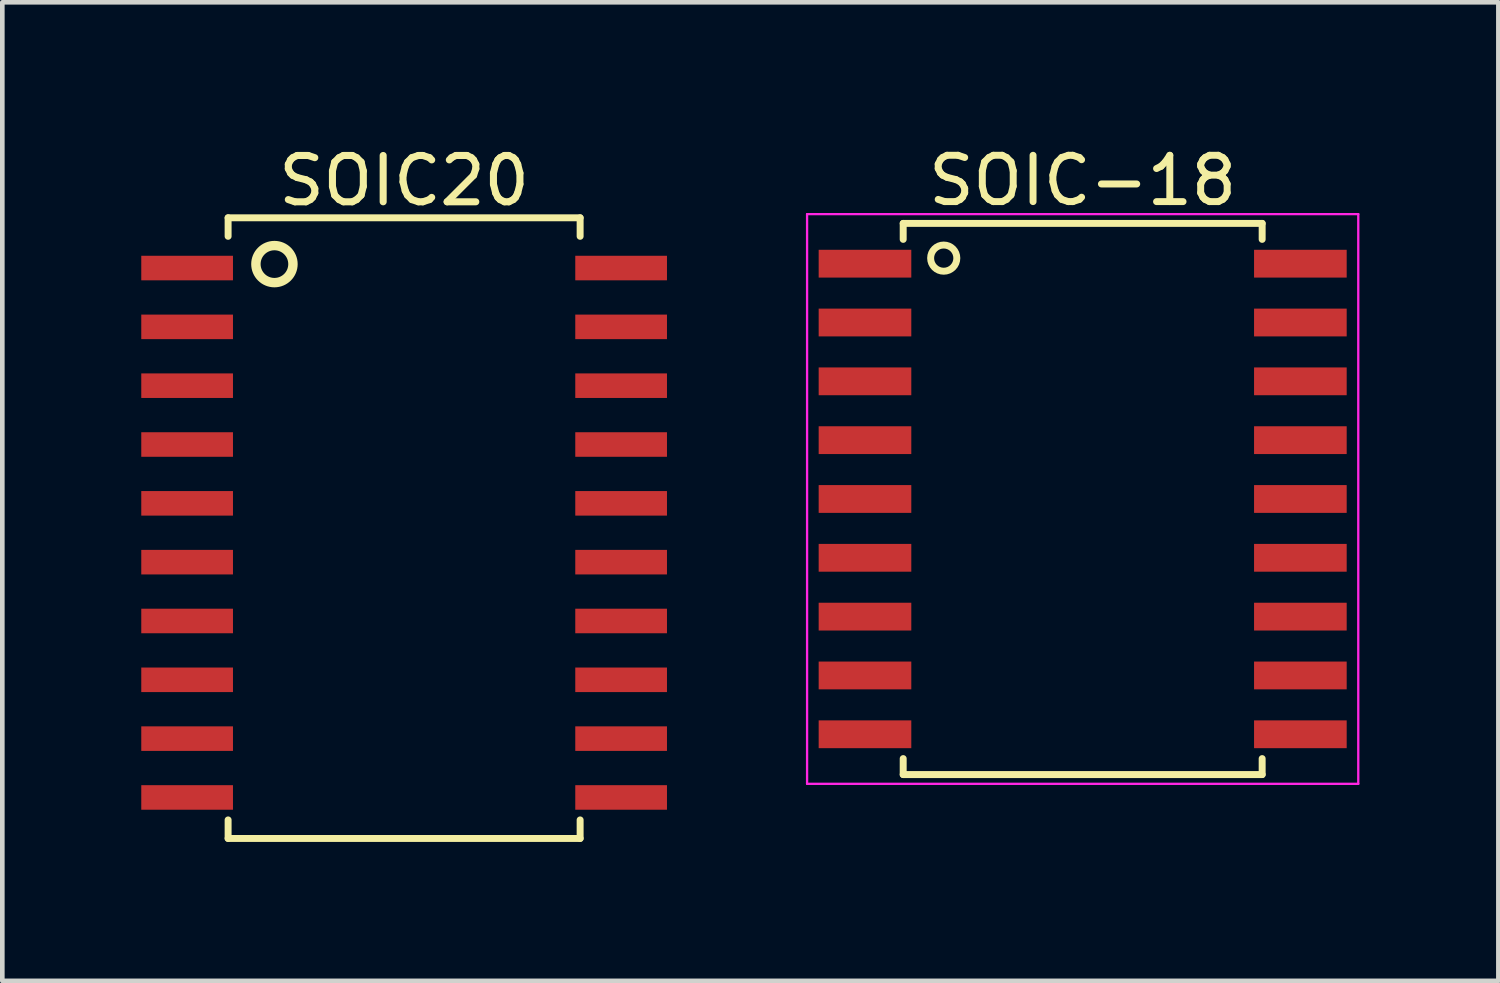
<source format=kicad_pcb>
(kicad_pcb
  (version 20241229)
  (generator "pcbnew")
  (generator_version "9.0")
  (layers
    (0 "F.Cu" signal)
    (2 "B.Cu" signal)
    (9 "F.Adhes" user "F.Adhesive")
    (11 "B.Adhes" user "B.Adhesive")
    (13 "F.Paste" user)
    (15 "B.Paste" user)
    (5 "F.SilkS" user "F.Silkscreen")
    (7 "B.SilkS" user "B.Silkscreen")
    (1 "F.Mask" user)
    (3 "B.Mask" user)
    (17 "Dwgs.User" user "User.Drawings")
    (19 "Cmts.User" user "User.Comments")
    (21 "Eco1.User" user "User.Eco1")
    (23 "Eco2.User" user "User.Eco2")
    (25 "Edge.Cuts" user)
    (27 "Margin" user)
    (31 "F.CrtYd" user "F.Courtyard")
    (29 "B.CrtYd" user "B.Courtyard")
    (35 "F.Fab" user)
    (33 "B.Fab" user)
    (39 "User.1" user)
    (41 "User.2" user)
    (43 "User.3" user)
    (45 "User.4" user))
  (footprint "SOIC-18"
    (layer "F.Cu")
    (at 20.325 7.723)
    (property "Reference" "SOIC-18" (at 0 -6.875 0) (layer "F.SilkS") (effects (font (size 1 1) (thickness 0.15))))
    (attr smd)
    (fp_line (start -3.875 -5.95) (end -3.875 -5.605) (stroke (width 0.15) (type solid)) (layer "F.SilkS"))
    (fp_line (start -3.875 -5.95) (end 3.875 -5.95) (stroke (width 0.15) (type solid)) (layer "F.SilkS"))
    (fp_line (start -3.875 5.95) (end -3.875 5.605) (stroke (width 0.15) (type solid)) (layer "F.SilkS"))
    (fp_line (start -3.875 5.95) (end 3.875 5.95) (stroke (width 0.15) (type solid)) (layer "F.SilkS"))
    (fp_line (start 3.875 -5.95) (end 3.875 -5.605) (stroke (width 0.15) (type solid)) (layer "F.SilkS"))
    (fp_line (start 3.875 5.95) (end 3.875 5.605) (stroke (width 0.15) (type solid)) (layer "F.SilkS"))
    (fp_circle (center -3 -5.2) (end -2.8 -5) (stroke (width 0.15) (type solid)) (fill no) (layer "F.SilkS"))
    (fp_line (start -5.95 -6.15) (end -5.95 6.15) (stroke (width 0.05) (type solid)) (layer "F.CrtYd"))
    (fp_line (start -5.95 -6.15) (end 5.95 -6.15) (stroke (width 0.05) (type solid)) (layer "F.CrtYd"))
    (fp_line (start -5.95 6.15) (end 5.95 6.15) (stroke (width 0.05) (type solid)) (layer "F.CrtYd"))
    (fp_line (start 5.95 -6.15) (end 5.95 6.15) (stroke (width 0.05) (type solid)) (layer "F.CrtYd"))
    (pad "1" smd rect (at -4.7 -5.08) (size 2 0.6) (layers "F.Cu" "F.Mask" "F.Paste"))
    (pad "2" smd rect (at -4.7 -3.81) (size 2 0.6) (layers "F.Cu" "F.Mask" "F.Paste"))
    (pad "3" smd rect (at -4.7 -2.54) (size 2 0.6) (layers "F.Cu" "F.Mask" "F.Paste"))
    (pad "4" smd rect (at -4.7 -1.27) (size 2 0.6) (layers "F.Cu" "F.Mask" "F.Paste"))
    (pad "5" smd rect (at -4.7 0) (size 2 0.6) (layers "F.Cu" "F.Mask" "F.Paste"))
    (pad "6" smd rect (at -4.7 1.27) (size 2 0.6) (layers "F.Cu" "F.Mask" "F.Paste"))
    (pad "7" smd rect (at -4.7 2.54) (size 2 0.6) (layers "F.Cu" "F.Mask" "F.Paste"))
    (pad "8" smd rect (at -4.7 3.81) (size 2 0.6) (layers "F.Cu" "F.Mask" "F.Paste"))
    (pad "9" smd rect (at -4.7 5.08) (size 2 0.6) (layers "F.Cu" "F.Mask" "F.Paste"))
    (pad "10" smd rect (at 4.7 5.08) (size 2 0.6) (layers "F.Cu" "F.Mask" "F.Paste"))
    (pad "11" smd rect (at 4.7 3.81) (size 2 0.6) (layers "F.Cu" "F.Mask" "F.Paste"))
    (pad "12" smd rect (at 4.7 2.54) (size 2 0.6) (layers "F.Cu" "F.Mask" "F.Paste"))
    (pad "13" smd rect (at 4.7 1.27) (size 2 0.6) (layers "F.Cu" "F.Mask" "F.Paste"))
    (pad "14" smd rect (at 4.7 0) (size 2 0.6) (layers "F.Cu" "F.Mask" "F.Paste"))
    (pad "15" smd rect (at 4.7 -1.27) (size 2 0.6) (layers "F.Cu" "F.Mask" "F.Paste"))
    (pad "16" smd rect (at 4.7 -2.54) (size 2 0.6) (layers "F.Cu" "F.Mask" "F.Paste"))
    (pad "17" smd rect (at 4.7 -3.81) (size 2 0.6) (layers "F.Cu" "F.Mask" "F.Paste"))
    (pad "18" smd rect (at 4.7 -5.08) (size 2 0.6) (layers "F.Cu" "F.Mask" "F.Paste")))
  (footprint "SOIC20"
    (layer "F.Cu")
    (at 5.675 8.452)
    (property "Reference" "SOIC20" (at 0 -7.6 0) (layer "F.SilkS") (effects (font (size 1 1) (thickness 0.152))))
    (attr smd)
    (fp_line (start -3.8 -6.8) (end -3.8 -6.4) (stroke (width 0.15) (type solid)) (layer "F.SilkS"))
    (fp_line (start -3.8 -6.8) (end 3.8 -6.8) (stroke (width 0.15) (type solid)) (layer "F.SilkS"))
    (fp_line (start -3.8 6.2) (end -3.8 6.6) (stroke (width 0.15) (type solid)) (layer "F.SilkS"))
    (fp_line (start -3.8 6.6) (end 3.8 6.6) (stroke (width 0.15) (type solid)) (layer "F.SilkS"))
    (fp_line (start 3.8 -6.8) (end 3.8 -6.4) (stroke (width 0.15) (type solid)) (layer "F.SilkS"))
    (fp_line (start 3.8 6.2) (end 3.8 6.6) (stroke (width 0.15) (type solid)) (layer "F.SilkS"))
    (fp_circle (center -2.8 -5.8) (end -2.4 -5.8) (stroke (width 0.203) (type solid)) (fill no) (layer "F.SilkS"))
    (pad "1" smd rect (at -4.685 -5.715) (size 1.98 0.53) (layers "F.Cu" "F.Mask" "F.Paste"))
    (pad "2" smd rect (at -4.685 -4.445) (size 1.98 0.53) (layers "F.Cu" "F.Mask" "F.Paste"))
    (pad "3" smd rect (at -4.685 -3.175) (size 1.98 0.53) (layers "F.Cu" "F.Mask" "F.Paste"))
    (pad "4" smd rect (at -4.685 -1.905) (size 1.98 0.53) (layers "F.Cu" "F.Mask" "F.Paste"))
    (pad "5" smd rect (at -4.685 -0.635) (size 1.98 0.53) (layers "F.Cu" "F.Mask" "F.Paste"))
    (pad "6" smd rect (at -4.685 0.635) (size 1.98 0.53) (layers "F.Cu" "F.Mask" "F.Paste"))
    (pad "7" smd rect (at -4.685 1.905) (size 1.98 0.53) (layers "F.Cu" "F.Mask" "F.Paste"))
    (pad "8" smd rect (at -4.685 3.175) (size 1.98 0.53) (layers "F.Cu" "F.Mask" "F.Paste"))
    (pad "9" smd rect (at -4.685 4.445) (size 1.98 0.53) (layers "F.Cu" "F.Mask" "F.Paste"))
    (pad "10" smd rect (at -4.685 5.715) (size 1.98 0.53) (layers "F.Cu" "F.Mask" "F.Paste"))
    (pad "11" smd rect (at 4.685 5.715) (size 1.98 0.53) (layers "F.Cu" "F.Mask" "F.Paste"))
    (pad "12" smd rect (at 4.685 4.445) (size 1.98 0.53) (layers "F.Cu" "F.Mask" "F.Paste"))
    (pad "13" smd rect (at 4.685 3.175) (size 1.98 0.53) (layers "F.Cu" "F.Mask" "F.Paste"))
    (pad "14" smd rect (at 4.685 1.905) (size 1.98 0.53) (layers "F.Cu" "F.Mask" "F.Paste"))
    (pad "15" smd rect (at 4.685 0.635) (size 1.98 0.53) (layers "F.Cu" "F.Mask" "F.Paste"))
    (pad "16" smd rect (at 4.685 -0.635) (size 1.98 0.53) (layers "F.Cu" "F.Mask" "F.Paste"))
    (pad "17" smd rect (at 4.685 -1.905) (size 1.98 0.53) (layers "F.Cu" "F.Mask" "F.Paste"))
    (pad "18" smd rect (at 4.685 -3.175) (size 1.98 0.53) (layers "F.Cu" "F.Mask" "F.Paste"))
    (pad "19" smd rect (at 4.685 -4.445) (size 1.98 0.53) (layers "F.Cu" "F.Mask" "F.Paste"))
    (pad "20" smd rect (at 4.685 -5.715) (size 1.98 0.53) (layers "F.Cu" "F.Mask" "F.Paste")))
  (gr_rect
    (start -3 -3)
    (end 29.3 18.127)
    (stroke (width 0.1) (type default))
    (fill no)
    (layer "Edge.Cuts")))
</source>
